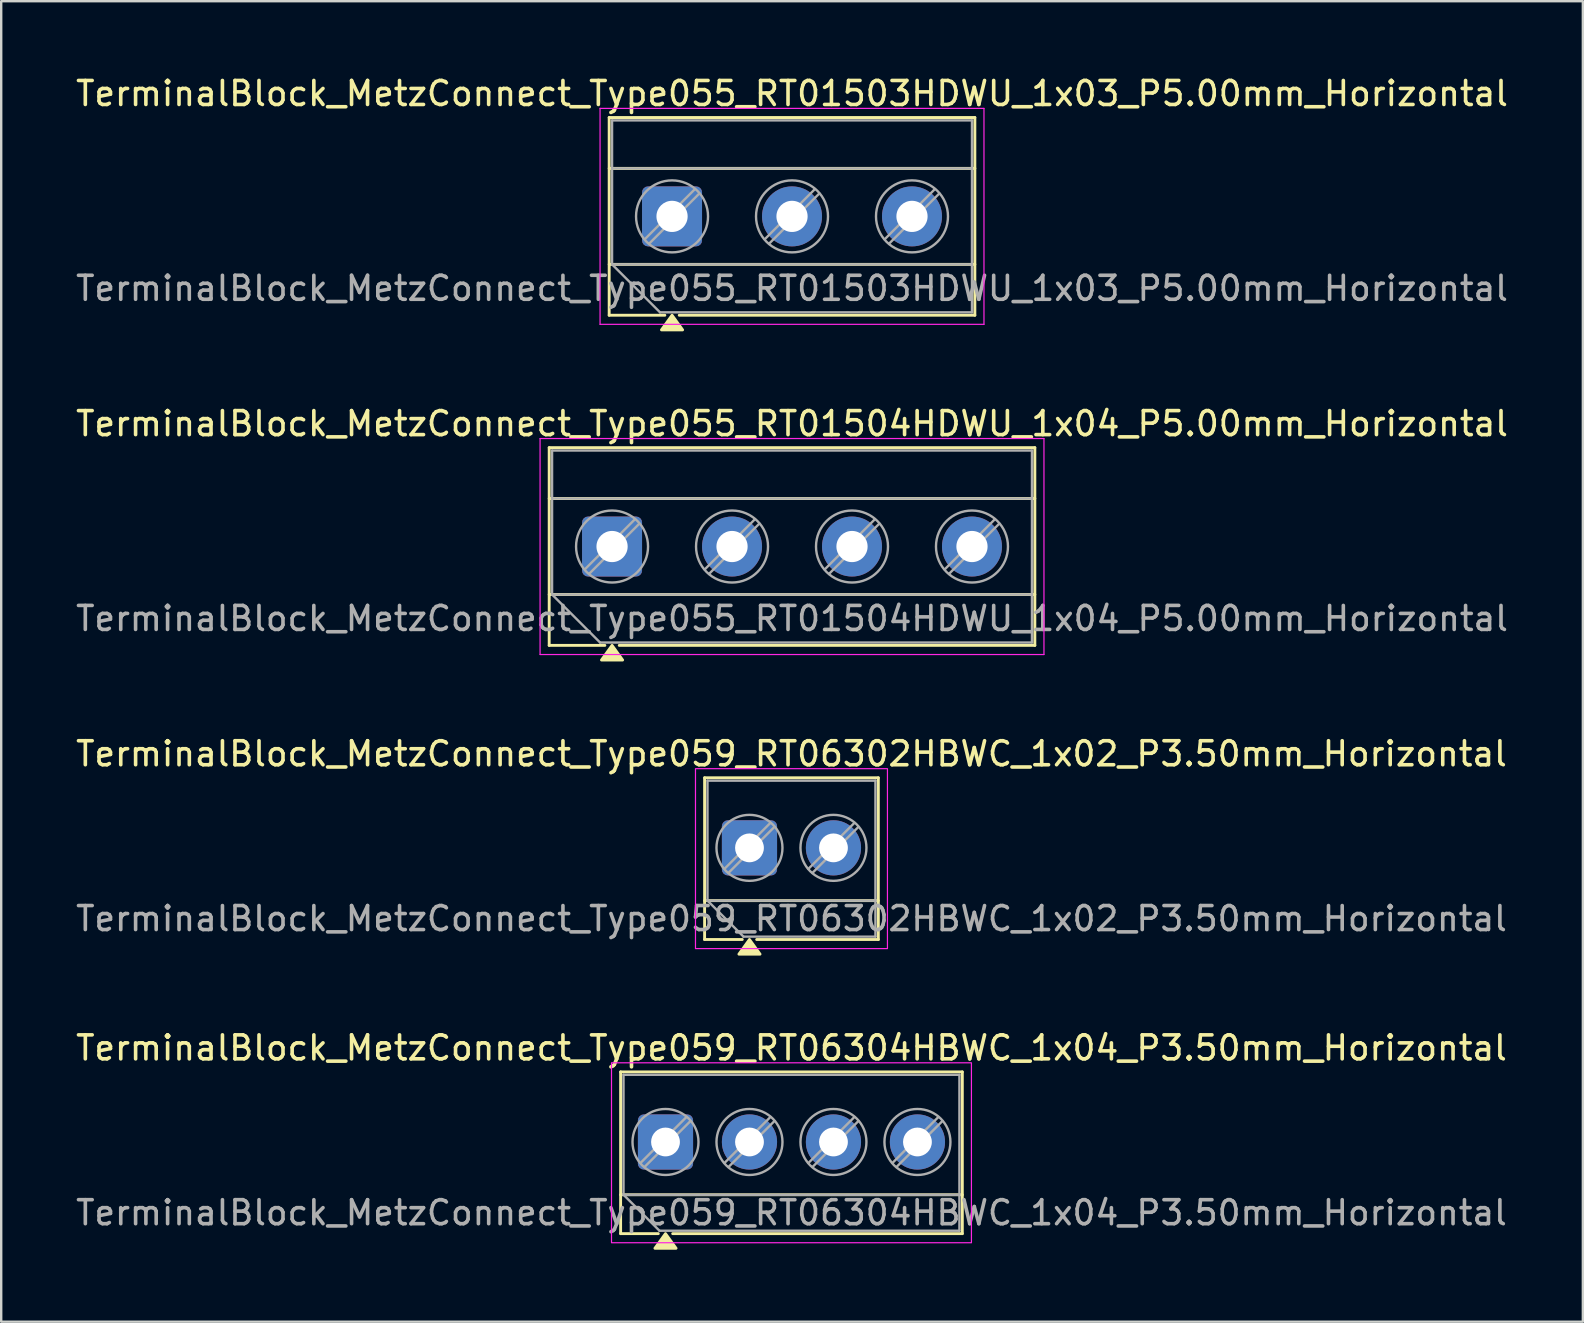
<source format=kicad_pcb>
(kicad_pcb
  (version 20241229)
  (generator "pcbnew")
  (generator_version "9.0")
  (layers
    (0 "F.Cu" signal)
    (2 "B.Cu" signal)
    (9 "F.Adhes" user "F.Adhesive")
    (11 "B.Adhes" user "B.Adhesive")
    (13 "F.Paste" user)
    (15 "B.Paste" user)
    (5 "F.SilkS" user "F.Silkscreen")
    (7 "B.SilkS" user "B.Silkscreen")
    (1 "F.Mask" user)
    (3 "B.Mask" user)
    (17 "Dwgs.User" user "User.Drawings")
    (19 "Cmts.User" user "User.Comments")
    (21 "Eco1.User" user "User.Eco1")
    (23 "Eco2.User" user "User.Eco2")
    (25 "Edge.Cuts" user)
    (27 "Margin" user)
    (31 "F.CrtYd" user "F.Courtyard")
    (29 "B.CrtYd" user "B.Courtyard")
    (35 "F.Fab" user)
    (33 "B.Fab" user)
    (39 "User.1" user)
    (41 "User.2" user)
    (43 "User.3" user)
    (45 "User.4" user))
  (footprint "TerminalBlock_MetzConnect_Type059_RT06304HBWC_1x04_P3.50mm_Horizontal"
    (layer "F.Cu")
    (at 24.685 44.543)
    (property "Reference" "TerminalBlock_MetzConnect_Type059_RT06304HBWC_1x04_P3.50mm_Horizontal" (at 5.25 -3.92 0) (layer "F.SilkS") (effects (font (size 1 1) (thickness 0.15))))
    (attr through_hole)
    (fp_line (start -1.87 -2.92) (end 12.37 -2.92) (stroke (width 0.12) (type solid)) (layer "F.SilkS"))
    (fp_line (start -1.87 2.2) (end 12.37 2.2) (stroke (width 0.12) (type solid)) (layer "F.SilkS"))
    (fp_line (start -1.87 3.82) (end -1.87 -2.92) (stroke (width 0.12) (type solid)) (layer "F.SilkS"))
    (fp_line (start -0.3 3.82) (end -1.87 3.82) (stroke (width 0.12) (type solid)) (layer "F.SilkS"))
    (fp_line (start 12.37 -2.92) (end 12.37 3.82) (stroke (width 0.12) (type solid)) (layer "F.SilkS"))
    (fp_line (start 12.37 3.82) (end 0.3 3.82) (stroke (width 0.12) (type solid)) (layer "F.SilkS"))
    (fp_poly (pts (xy 0 3.82) (xy 0.44 4.43) (xy -0.44 4.43)) (stroke (width 0.12) (type solid)) (fill yes) (layer "F.SilkS"))
    (fp_rect (start -2.25 -3.3) (end 12.75 4.2) (stroke (width 0.05) (type solid)) (fill no) (layer "F.CrtYd"))
    (fp_line (start -1.75 -2.8) (end 12.25 -2.8) (stroke (width 0.1) (type solid)) (layer "F.Fab"))
    (fp_line (start -1.75 2.2) (end -1.75 -2.8) (stroke (width 0.1) (type solid)) (layer "F.Fab"))
    (fp_line (start -1.75 2.2) (end 12.25 2.2) (stroke (width 0.1) (type solid)) (layer "F.Fab"))
    (fp_line (start -0.25 3.7) (end -1.75 2.2) (stroke (width 0.1) (type solid)) (layer "F.Fab"))
    (fp_line (start 0.875 -1.043) (end -1.043 0.875) (stroke (width 0.1) (type solid)) (layer "F.Fab"))
    (fp_line (start 1.043 -0.875) (end -0.875 1.043) (stroke (width 0.1) (type solid)) (layer "F.Fab"))
    (fp_line (start 4.375 -1.043) (end 2.457 0.875) (stroke (width 0.1) (type solid)) (layer "F.Fab"))
    (fp_line (start 4.543 -0.875) (end 2.625 1.043) (stroke (width 0.1) (type solid)) (layer "F.Fab"))
    (fp_line (start 7.875 -1.043) (end 5.957 0.875) (stroke (width 0.1) (type solid)) (layer "F.Fab"))
    (fp_line (start 8.043 -0.875) (end 6.125 1.043) (stroke (width 0.1) (type solid)) (layer "F.Fab"))
    (fp_line (start 11.375 -1.043) (end 9.457 0.875) (stroke (width 0.1) (type solid)) (layer "F.Fab"))
    (fp_line (start 11.543 -0.875) (end 9.625 1.043) (stroke (width 0.1) (type solid)) (layer "F.Fab"))
    (fp_line (start 12.25 -2.8) (end 12.25 3.7) (stroke (width 0.1) (type solid)) (layer "F.Fab"))
    (fp_line (start 12.25 3.7) (end -0.25 3.7) (stroke (width 0.1) (type solid)) (layer "F.Fab"))
    (fp_circle (center 0 0) (end 1.375 0) (stroke (width 0.1) (type solid)) (fill no) (layer "F.Fab"))
    (fp_circle (center 3.5 0) (end 4.875 0) (stroke (width 0.1) (type solid)) (fill no) (layer "F.Fab"))
    (fp_circle (center 7 0) (end 8.375 0) (stroke (width 0.1) (type solid)) (fill no) (layer "F.Fab"))
    (fp_circle (center 10.5 0) (end 11.875 0) (stroke (width 0.1) (type solid)) (fill no) (layer "F.Fab"))
    (fp_text user "${REFERENCE}" (at 5.25 2.95 0) (layer "F.Fab") (effects (font (size 1 1) (thickness 0.15))))
    (pad "1" thru_hole roundrect (at 0 0) (size 2.3 2.3) (drill 1.2) (layers "*.Cu" "*.Mask") (roundrect_rratio 0.109))
    (pad "2" thru_hole circle (at 3.5 0) (size 2.3 2.3) (drill 1.2) (layers "*.Cu" "*.Mask"))
    (pad "3" thru_hole circle (at 7 0) (size 2.3 2.3) (drill 1.2) (layers "*.Cu" "*.Mask"))
    (pad "4" thru_hole circle (at 10.5 0) (size 2.3 2.3) (drill 1.2) (layers "*.Cu" "*.Mask")))
  (footprint "TerminalBlock_MetzConnect_Type055_RT01503HDWU_1x03_P5.00mm_Horizontal"
    (layer "F.Cu")
    (at 24.958 5.968)
    (property "Reference" "TerminalBlock_MetzConnect_Type055_RT01503HDWU_1x03_P5.00mm_Horizontal" (at 5 -5.12 0) (layer "F.SilkS") (effects (font (size 1 1) (thickness 0.15))))
    (attr through_hole)
    (fp_line (start -2.62 -4.12) (end -2.62 4.12) (stroke (width 0.12) (type solid)) (layer "F.SilkS"))
    (fp_line (start -2.62 -4.12) (end 12.62 -4.12) (stroke (width 0.12) (type solid)) (layer "F.SilkS"))
    (fp_line (start -2.62 -2) (end 12.62 -2) (stroke (width 0.12) (type solid)) (layer "F.SilkS"))
    (fp_line (start -2.62 2) (end 12.62 2) (stroke (width 0.12) (type solid)) (layer "F.SilkS"))
    (fp_line (start -2.62 4.12) (end -0.3 4.12) (stroke (width 0.12) (type solid)) (layer "F.SilkS"))
    (fp_line (start 0.3 4.12) (end 12.62 4.12) (stroke (width 0.12) (type solid)) (layer "F.SilkS"))
    (fp_line (start 12.62 -4.12) (end 12.62 4.12) (stroke (width 0.12) (type solid)) (layer "F.SilkS"))
    (fp_poly (pts (xy 0 4.12) (xy 0.44 4.73) (xy -0.44 4.73)) (stroke (width 0.12) (type solid)) (fill yes) (layer "F.SilkS"))
    (fp_line (start -3 -4.5) (end -3 4.5) (stroke (width 0.05) (type solid)) (layer "F.CrtYd"))
    (fp_line (start -3 4.5) (end 13 4.5) (stroke (width 0.05) (type solid)) (layer "F.CrtYd"))
    (fp_line (start 13 -4.5) (end -3 -4.5) (stroke (width 0.05) (type solid)) (layer "F.CrtYd"))
    (fp_line (start 13 4.5) (end 13 -4.5) (stroke (width 0.05) (type solid)) (layer "F.CrtYd"))
    (fp_line (start -2.5 -4) (end 12.5 -4) (stroke (width 0.1) (type solid)) (layer "F.Fab"))
    (fp_line (start -2.5 -2) (end 12.5 -2) (stroke (width 0.1) (type solid)) (layer "F.Fab"))
    (fp_line (start -2.5 2) (end -2.5 -4) (stroke (width 0.1) (type solid)) (layer "F.Fab"))
    (fp_line (start -2.5 2) (end 12.5 2) (stroke (width 0.1) (type solid)) (layer "F.Fab"))
    (fp_line (start -0.5 4) (end -2.5 2) (stroke (width 0.1) (type solid)) (layer "F.Fab"))
    (fp_line (start 0.955 -1.138) (end -1.138 0.954) (stroke (width 0.1) (type solid)) (layer "F.Fab"))
    (fp_line (start 1.138 -0.954) (end -0.955 1.137) (stroke (width 0.1) (type solid)) (layer "F.Fab"))
    (fp_line (start 5.955 -1.138) (end 3.862 0.954) (stroke (width 0.1) (type solid)) (layer "F.Fab"))
    (fp_line (start 6.138 -0.954) (end 4.045 1.137) (stroke (width 0.1) (type solid)) (layer "F.Fab"))
    (fp_line (start 10.955 -1.138) (end 8.862 0.954) (stroke (width 0.1) (type solid)) (layer "F.Fab"))
    (fp_line (start 11.138 -0.954) (end 9.045 1.137) (stroke (width 0.1) (type solid)) (layer "F.Fab"))
    (fp_line (start 12.5 -4) (end 12.5 4) (stroke (width 0.1) (type solid)) (layer "F.Fab"))
    (fp_line (start 12.5 4) (end -0.5 4) (stroke (width 0.1) (type solid)) (layer "F.Fab"))
    (fp_circle (center 0 0) (end 1.5 0) (stroke (width 0.1) (type solid)) (fill no) (layer "F.Fab"))
    (fp_circle (center 5 0) (end 6.5 0) (stroke (width 0.1) (type solid)) (fill no) (layer "F.Fab"))
    (fp_circle (center 10 0) (end 11.5 0) (stroke (width 0.1) (type solid)) (fill no) (layer "F.Fab"))
    (fp_text user "${REFERENCE}" (at 5 3 0) (layer "F.Fab") (effects (font (size 1 1) (thickness 0.15))))
    (pad "1" thru_hole roundrect (at 0 0) (size 2.5 2.5) (drill 1.3) (layers "*.Cu" "*.Mask") (roundrect_rratio 0.1))
    (pad "2" thru_hole circle (at 5 0) (size 2.5 2.5) (drill 1.3) (layers "*.Cu" "*.Mask"))
    (pad "3" thru_hole circle (at 10 0) (size 2.5 2.5) (drill 1.3) (layers "*.Cu" "*.Mask")))
  (footprint "TerminalBlock_MetzConnect_Type055_RT01504HDWU_1x04_P5.00mm_Horizontal"
    (layer "F.Cu")
    (at 22.458 19.727)
    (property "Reference" "TerminalBlock_MetzConnect_Type055_RT01504HDWU_1x04_P5.00mm_Horizontal" (at 7.5 -5.12 0) (layer "F.SilkS") (effects (font (size 1 1) (thickness 0.15))))
    (attr through_hole)
    (fp_line (start -2.62 -4.12) (end -2.62 4.12) (stroke (width 0.12) (type solid)) (layer "F.SilkS"))
    (fp_line (start -2.62 -4.12) (end 17.62 -4.12) (stroke (width 0.12) (type solid)) (layer "F.SilkS"))
    (fp_line (start -2.62 -2) (end 17.62 -2) (stroke (width 0.12) (type solid)) (layer "F.SilkS"))
    (fp_line (start -2.62 2) (end 17.62 2) (stroke (width 0.12) (type solid)) (layer "F.SilkS"))
    (fp_line (start -2.62 4.12) (end -0.3 4.12) (stroke (width 0.12) (type solid)) (layer "F.SilkS"))
    (fp_line (start 0.3 4.12) (end 17.62 4.12) (stroke (width 0.12) (type solid)) (layer "F.SilkS"))
    (fp_line (start 17.62 -4.12) (end 17.62 4.12) (stroke (width 0.12) (type solid)) (layer "F.SilkS"))
    (fp_poly (pts (xy 0 4.12) (xy 0.44 4.73) (xy -0.44 4.73)) (stroke (width 0.12) (type solid)) (fill yes) (layer "F.SilkS"))
    (fp_line (start -3 -4.5) (end -3 4.5) (stroke (width 0.05) (type solid)) (layer "F.CrtYd"))
    (fp_line (start -3 4.5) (end 18 4.5) (stroke (width 0.05) (type solid)) (layer "F.CrtYd"))
    (fp_line (start 18 -4.5) (end -3 -4.5) (stroke (width 0.05) (type solid)) (layer "F.CrtYd"))
    (fp_line (start 18 4.5) (end 18 -4.5) (stroke (width 0.05) (type solid)) (layer "F.CrtYd"))
    (fp_line (start -2.5 -4) (end 17.5 -4) (stroke (width 0.1) (type solid)) (layer "F.Fab"))
    (fp_line (start -2.5 -2) (end 17.5 -2) (stroke (width 0.1) (type solid)) (layer "F.Fab"))
    (fp_line (start -2.5 2) (end -2.5 -4) (stroke (width 0.1) (type solid)) (layer "F.Fab"))
    (fp_line (start -2.5 2) (end 17.5 2) (stroke (width 0.1) (type solid)) (layer "F.Fab"))
    (fp_line (start -0.5 4) (end -2.5 2) (stroke (width 0.1) (type solid)) (layer "F.Fab"))
    (fp_line (start 0.955 -1.138) (end -1.138 0.954) (stroke (width 0.1) (type solid)) (layer "F.Fab"))
    (fp_line (start 1.138 -0.954) (end -0.955 1.137) (stroke (width 0.1) (type solid)) (layer "F.Fab"))
    (fp_line (start 5.955 -1.138) (end 3.862 0.954) (stroke (width 0.1) (type solid)) (layer "F.Fab"))
    (fp_line (start 6.138 -0.954) (end 4.045 1.137) (stroke (width 0.1) (type solid)) (layer "F.Fab"))
    (fp_line (start 10.955 -1.138) (end 8.862 0.954) (stroke (width 0.1) (type solid)) (layer "F.Fab"))
    (fp_line (start 11.138 -0.954) (end 9.045 1.137) (stroke (width 0.1) (type solid)) (layer "F.Fab"))
    (fp_line (start 15.955 -1.138) (end 13.862 0.954) (stroke (width 0.1) (type solid)) (layer "F.Fab"))
    (fp_line (start 16.138 -0.954) (end 14.045 1.137) (stroke (width 0.1) (type solid)) (layer "F.Fab"))
    (fp_line (start 17.5 -4) (end 17.5 4) (stroke (width 0.1) (type solid)) (layer "F.Fab"))
    (fp_line (start 17.5 4) (end -0.5 4) (stroke (width 0.1) (type solid)) (layer "F.Fab"))
    (fp_circle (center 0 0) (end 1.5 0) (stroke (width 0.1) (type solid)) (fill no) (layer "F.Fab"))
    (fp_circle (center 5 0) (end 6.5 0) (stroke (width 0.1) (type solid)) (fill no) (layer "F.Fab"))
    (fp_circle (center 10 0) (end 11.5 0) (stroke (width 0.1) (type solid)) (fill no) (layer "F.Fab"))
    (fp_circle (center 15 0) (end 16.5 0) (stroke (width 0.1) (type solid)) (fill no) (layer "F.Fab"))
    (fp_text user "${REFERENCE}" (at 7.5 3 0) (layer "F.Fab") (effects (font (size 1 1) (thickness 0.15))))
    (pad "1" thru_hole roundrect (at 0 0) (size 2.5 2.5) (drill 1.3) (layers "*.Cu" "*.Mask") (roundrect_rratio 0.1))
    (pad "2" thru_hole circle (at 5 0) (size 2.5 2.5) (drill 1.3) (layers "*.Cu" "*.Mask"))
    (pad "3" thru_hole circle (at 10 0) (size 2.5 2.5) (drill 1.3) (layers "*.Cu" "*.Mask"))
    (pad "4" thru_hole circle (at 15 0) (size 2.5 2.5) (drill 1.3) (layers "*.Cu" "*.Mask")))
  (footprint "TerminalBlock_MetzConnect_Type059_RT06302HBWC_1x02_P3.50mm_Horizontal"
    (layer "F.Cu")
    (at 28.185 32.285)
    (property "Reference" "TerminalBlock_MetzConnect_Type059_RT06302HBWC_1x02_P3.50mm_Horizontal" (at 1.75 -3.92 0) (layer "F.SilkS") (effects (font (size 1 1) (thickness 0.15))))
    (attr through_hole)
    (fp_line (start -1.87 -2.92) (end 5.37 -2.92) (stroke (width 0.12) (type solid)) (layer "F.SilkS"))
    (fp_line (start -1.87 2.2) (end 5.37 2.2) (stroke (width 0.12) (type solid)) (layer "F.SilkS"))
    (fp_line (start -1.87 3.82) (end -1.87 -2.92) (stroke (width 0.12) (type solid)) (layer "F.SilkS"))
    (fp_line (start -0.3 3.82) (end -1.87 3.82) (stroke (width 0.12) (type solid)) (layer "F.SilkS"))
    (fp_line (start 5.37 -2.92) (end 5.37 3.82) (stroke (width 0.12) (type solid)) (layer "F.SilkS"))
    (fp_line (start 5.37 3.82) (end 0.3 3.82) (stroke (width 0.12) (type solid)) (layer "F.SilkS"))
    (fp_poly (pts (xy 0 3.82) (xy 0.44 4.43) (xy -0.44 4.43)) (stroke (width 0.12) (type solid)) (fill yes) (layer "F.SilkS"))
    (fp_rect (start -2.25 -3.3) (end 5.75 4.2) (stroke (width 0.05) (type solid)) (fill no) (layer "F.CrtYd"))
    (fp_line (start -1.75 -2.8) (end 5.25 -2.8) (stroke (width 0.1) (type solid)) (layer "F.Fab"))
    (fp_line (start -1.75 2.2) (end -1.75 -2.8) (stroke (width 0.1) (type solid)) (layer "F.Fab"))
    (fp_line (start -1.75 2.2) (end 5.25 2.2) (stroke (width 0.1) (type solid)) (layer "F.Fab"))
    (fp_line (start -0.25 3.7) (end -1.75 2.2) (stroke (width 0.1) (type solid)) (layer "F.Fab"))
    (fp_line (start 0.875 -1.043) (end -1.043 0.875) (stroke (width 0.1) (type solid)) (layer "F.Fab"))
    (fp_line (start 1.043 -0.875) (end -0.875 1.043) (stroke (width 0.1) (type solid)) (layer "F.Fab"))
    (fp_line (start 4.375 -1.043) (end 2.457 0.875) (stroke (width 0.1) (type solid)) (layer "F.Fab"))
    (fp_line (start 4.543 -0.875) (end 2.625 1.043) (stroke (width 0.1) (type solid)) (layer "F.Fab"))
    (fp_line (start 5.25 -2.8) (end 5.25 3.7) (stroke (width 0.1) (type solid)) (layer "F.Fab"))
    (fp_line (start 5.25 3.7) (end -0.25 3.7) (stroke (width 0.1) (type solid)) (layer "F.Fab"))
    (fp_circle (center 0 0) (end 1.375 0) (stroke (width 0.1) (type solid)) (fill no) (layer "F.Fab"))
    (fp_circle (center 3.5 0) (end 4.875 0) (stroke (width 0.1) (type solid)) (fill no) (layer "F.Fab"))
    (fp_text user "${REFERENCE}" (at 1.75 2.95 0) (layer "F.Fab") (effects (font (size 1 1) (thickness 0.15))))
    (pad "1" thru_hole roundrect (at 0 0) (size 2.3 2.3) (drill 1.2) (layers "*.Cu" "*.Mask") (roundrect_rratio 0.109))
    (pad "2" thru_hole circle (at 3.5 0) (size 2.3 2.3) (drill 1.2) (layers "*.Cu" "*.Mask")))
  (gr_rect
    (start -3 -3)
    (end 62.917 52.033)
    (stroke (width 0.1) (type default))
    (fill no)
    (layer "Edge.Cuts")))
</source>
